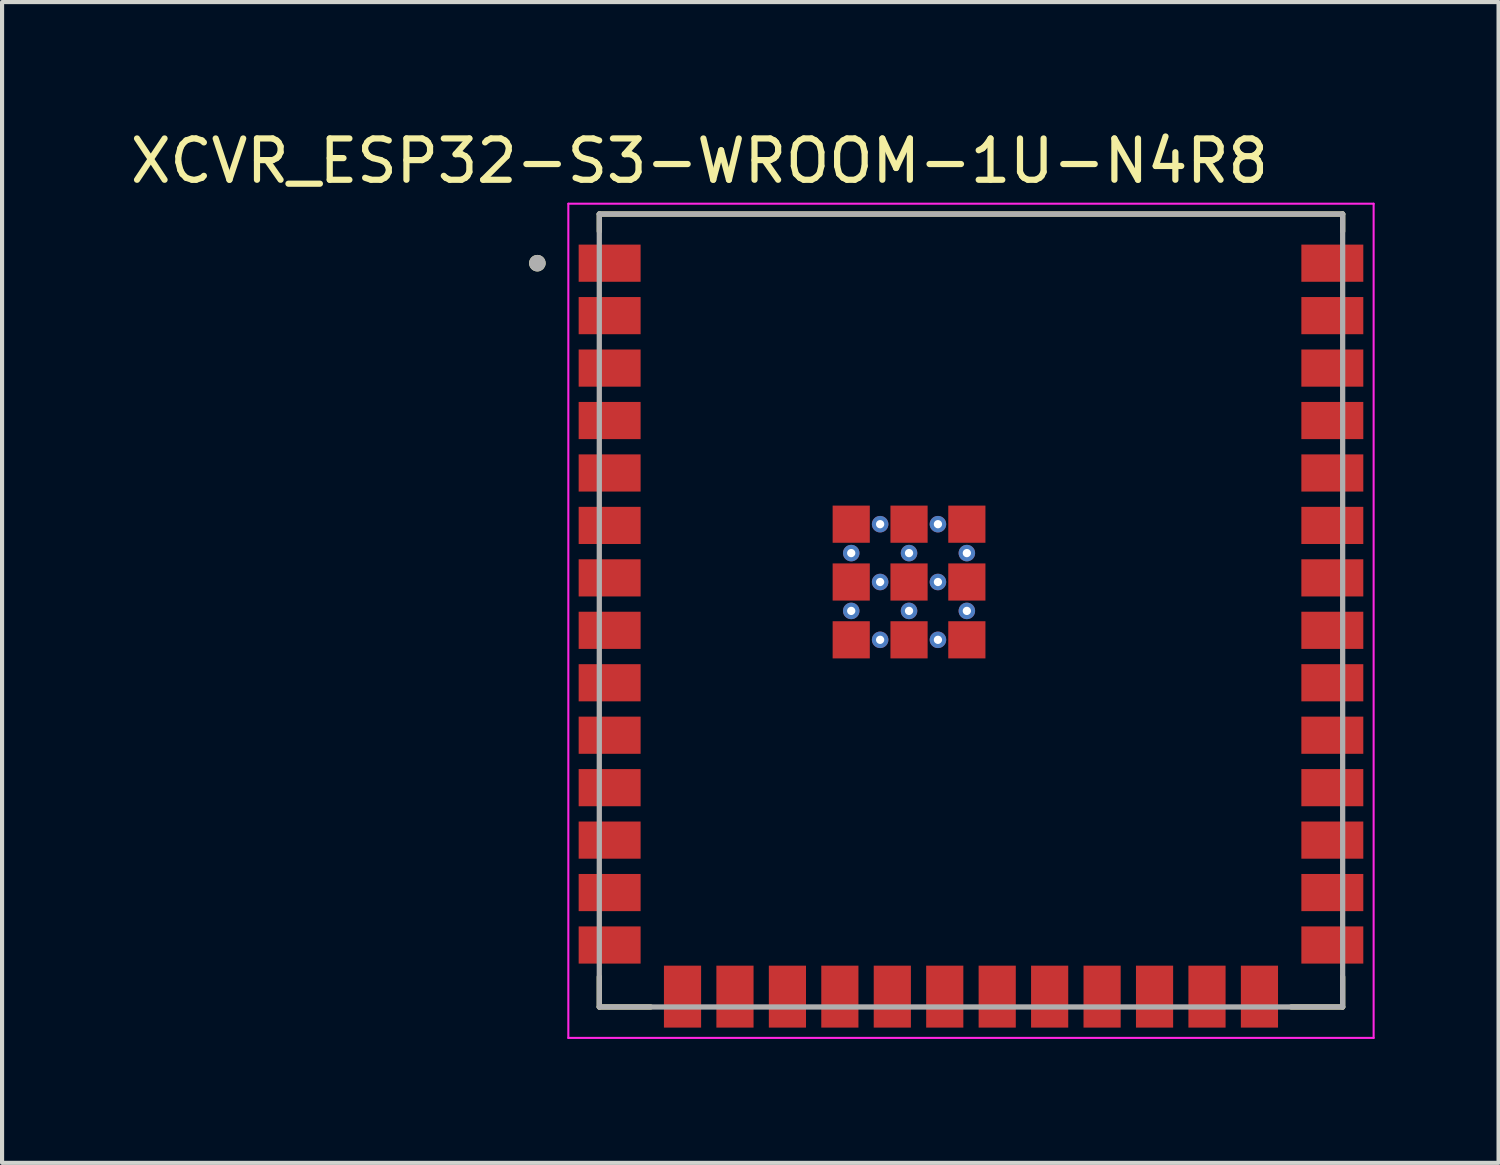
<source format=kicad_pcb>
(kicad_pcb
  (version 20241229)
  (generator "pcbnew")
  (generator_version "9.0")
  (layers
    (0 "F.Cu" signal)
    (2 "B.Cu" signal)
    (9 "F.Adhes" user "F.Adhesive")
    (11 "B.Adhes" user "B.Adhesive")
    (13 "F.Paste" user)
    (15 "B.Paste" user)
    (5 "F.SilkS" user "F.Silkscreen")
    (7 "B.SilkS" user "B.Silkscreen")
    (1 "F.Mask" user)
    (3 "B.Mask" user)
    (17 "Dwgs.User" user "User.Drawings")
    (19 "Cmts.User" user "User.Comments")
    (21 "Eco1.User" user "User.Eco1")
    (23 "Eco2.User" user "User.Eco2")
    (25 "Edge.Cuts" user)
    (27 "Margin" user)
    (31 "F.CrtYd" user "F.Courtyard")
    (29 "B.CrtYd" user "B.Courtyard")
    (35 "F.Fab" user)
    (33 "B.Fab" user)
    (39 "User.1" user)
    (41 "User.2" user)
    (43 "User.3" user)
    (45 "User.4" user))
  (footprint "XCVR_ESP32-S3-WROOM-1U-N4R8"
    (layer "F.Cu")
    (at 20.462 11.733)
    (property "Reference" "XCVR_ESP32-S3-WROOM-1U-N4R8" (at -6.575 -10.885 0) (layer "F.SilkS") (effects (font (size 1 1) (thickness 0.15))))
    (attr smd)
    (fp_line (start -9 -9.6) (end 9 -9.6) (stroke (width 0.127) (type solid)) (layer "F.SilkS"))
    (fp_line (start -9 -9.18) (end -9 -9.6) (stroke (width 0.127) (type solid)) (layer "F.SilkS"))
    (fp_line (start -9 9.6) (end -9 8.87) (stroke (width 0.127) (type solid)) (layer "F.SilkS"))
    (fp_line (start -7.755 9.6) (end -9 9.6) (stroke (width 0.127) (type solid)) (layer "F.SilkS"))
    (fp_line (start 9 -9.6) (end 9 -9.18) (stroke (width 0.127) (type solid)) (layer "F.SilkS"))
    (fp_line (start 9 9.6) (end 7.755 9.6) (stroke (width 0.127) (type solid)) (layer "F.SilkS"))
    (fp_line (start 9 9.6) (end 9 8.87) (stroke (width 0.127) (type solid)) (layer "F.SilkS"))
    (fp_circle (center -10.5 -8.41) (end -10.4 -8.41) (stroke (width 0.2) (type solid)) (fill no) (layer "F.SilkS"))
    (fp_line (start -9.75 -9.85) (end -9.75 10.35) (stroke (width 0.05) (type solid)) (layer "F.CrtYd"))
    (fp_line (start -9.75 10.35) (end 9.75 10.35) (stroke (width 0.05) (type solid)) (layer "F.CrtYd"))
    (fp_line (start 9.75 -9.85) (end -9.75 -9.85) (stroke (width 0.05) (type solid)) (layer "F.CrtYd"))
    (fp_line (start 9.75 10.35) (end 9.75 -9.85) (stroke (width 0.05) (type solid)) (layer "F.CrtYd"))
    (fp_line (start -9 -9.6) (end 9 -9.6) (stroke (width 0.127) (type solid)) (layer "F.Fab"))
    (fp_line (start -9 9.6) (end -9 -9.6) (stroke (width 0.127) (type solid)) (layer "F.Fab"))
    (fp_line (start 9 -9.6) (end 9 9.6) (stroke (width 0.127) (type solid)) (layer "F.Fab"))
    (fp_line (start 9 9.6) (end -9 9.6) (stroke (width 0.127) (type solid)) (layer "F.Fab"))
    (fp_circle (center -10.5 -8.41) (end -10.4 -8.41) (stroke (width 0.2) (type solid)) (fill no) (layer "F.Fab"))
    (pad "1" smd rect (at -8.75 -8.41) (size 1.5 0.9) (layers "F.Cu" "F.Mask" "F.Paste"))
    (pad "2" smd rect (at -8.75 -7.14) (size 1.5 0.9) (layers "F.Cu" "F.Mask" "F.Paste"))
    (pad "3" smd rect (at -8.75 -5.87) (size 1.5 0.9) (layers "F.Cu" "F.Mask" "F.Paste"))
    (pad "4" smd rect (at -8.75 -4.6) (size 1.5 0.9) (layers "F.Cu" "F.Mask" "F.Paste"))
    (pad "5" smd rect (at -8.75 -3.33) (size 1.5 0.9) (layers "F.Cu" "F.Mask" "F.Paste"))
    (pad "6" smd rect (at -8.75 -2.06) (size 1.5 0.9) (layers "F.Cu" "F.Mask" "F.Paste"))
    (pad "7" smd rect (at -8.75 -0.79) (size 1.5 0.9) (layers "F.Cu" "F.Mask" "F.Paste"))
    (pad "8" smd rect (at -8.75 0.48) (size 1.5 0.9) (layers "F.Cu" "F.Mask" "F.Paste"))
    (pad "9" smd rect (at -8.75 1.75) (size 1.5 0.9) (layers "F.Cu" "F.Mask" "F.Paste"))
    (pad "10" smd rect (at -8.75 3.02) (size 1.5 0.9) (layers "F.Cu" "F.Mask" "F.Paste"))
    (pad "11" smd rect (at -8.75 4.29) (size 1.5 0.9) (layers "F.Cu" "F.Mask" "F.Paste"))
    (pad "12" smd rect (at -8.75 5.56) (size 1.5 0.9) (layers "F.Cu" "F.Mask" "F.Paste"))
    (pad "13" smd rect (at -8.75 6.83) (size 1.5 0.9) (layers "F.Cu" "F.Mask" "F.Paste"))
    (pad "14" smd rect (at -8.75 8.1) (size 1.5 0.9) (layers "F.Cu" "F.Mask" "F.Paste"))
    (pad "15" smd rect (at -6.985 9.35) (size 0.9 1.5) (layers "F.Cu" "F.Mask" "F.Paste"))
    (pad "16" smd rect (at -5.715 9.35) (size 0.9 1.5) (layers "F.Cu" "F.Mask" "F.Paste"))
    (pad "17" smd rect (at -4.445 9.35) (size 0.9 1.5) (layers "F.Cu" "F.Mask" "F.Paste"))
    (pad "18" smd rect (at -3.175 9.35) (size 0.9 1.5) (layers "F.Cu" "F.Mask" "F.Paste"))
    (pad "19" smd rect (at -1.905 9.35) (size 0.9 1.5) (layers "F.Cu" "F.Mask" "F.Paste"))
    (pad "20" smd rect (at -0.635 9.35) (size 0.9 1.5) (layers "F.Cu" "F.Mask" "F.Paste"))
    (pad "21" smd rect (at 0.635 9.35) (size 0.9 1.5) (layers "F.Cu" "F.Mask" "F.Paste"))
    (pad "22" smd rect (at 1.905 9.35) (size 0.9 1.5) (layers "F.Cu" "F.Mask" "F.Paste"))
    (pad "23" smd rect (at 3.175 9.35) (size 0.9 1.5) (layers "F.Cu" "F.Mask" "F.Paste"))
    (pad "24" smd rect (at 4.445 9.35) (size 0.9 1.5) (layers "F.Cu" "F.Mask" "F.Paste"))
    (pad "25" smd rect (at 5.715 9.35) (size 0.9 1.5) (layers "F.Cu" "F.Mask" "F.Paste"))
    (pad "26" smd rect (at 6.985 9.35) (size 0.9 1.5) (layers "F.Cu" "F.Mask" "F.Paste"))
    (pad "27" smd rect (at 8.75 8.1) (size 1.5 0.9) (layers "F.Cu" "F.Mask" "F.Paste"))
    (pad "28" smd rect (at 8.75 6.83) (size 1.5 0.9) (layers "F.Cu" "F.Mask" "F.Paste"))
    (pad "29" smd rect (at 8.75 5.56) (size 1.5 0.9) (layers "F.Cu" "F.Mask" "F.Paste"))
    (pad "30" smd rect (at 8.75 4.29) (size 1.5 0.9) (layers "F.Cu" "F.Mask" "F.Paste"))
    (pad "31" smd rect (at 8.75 3.02) (size 1.5 0.9) (layers "F.Cu" "F.Mask" "F.Paste"))
    (pad "32" smd rect (at 8.75 1.75) (size 1.5 0.9) (layers "F.Cu" "F.Mask" "F.Paste"))
    (pad "33" smd rect (at 8.75 0.48) (size 1.5 0.9) (layers "F.Cu" "F.Mask" "F.Paste"))
    (pad "34" smd rect (at 8.75 -0.79) (size 1.5 0.9) (layers "F.Cu" "F.Mask" "F.Paste"))
    (pad "35" smd rect (at 8.75 -2.06) (size 1.5 0.9) (layers "F.Cu" "F.Mask" "F.Paste"))
    (pad "36" smd rect (at 8.75 -3.33) (size 1.5 0.9) (layers "F.Cu" "F.Mask" "F.Paste"))
    (pad "37" smd rect (at 8.75 -4.6) (size 1.5 0.9) (layers "F.Cu" "F.Mask" "F.Paste"))
    (pad "38" smd rect (at 8.75 -5.87) (size 1.5 0.9) (layers "F.Cu" "F.Mask" "F.Paste"))
    (pad "39" smd rect (at 8.75 -7.14) (size 1.5 0.9) (layers "F.Cu" "F.Mask" "F.Paste"))
    (pad "40" smd rect (at 8.75 -8.41) (size 1.5 0.9) (layers "F.Cu" "F.Mask" "F.Paste"))
    (pad "41_1" smd rect (at -2.9 -2.09) (size 0.9 0.9) (layers "F.Cu" "F.Mask" "F.Paste"))
    (pad "41_2" smd rect (at -1.5 -2.09) (size 0.9 0.9) (layers "F.Cu" "F.Mask" "F.Paste"))
    (pad "41_3" smd rect (at -0.1 -2.09) (size 0.9 0.9) (layers "F.Cu" "F.Mask" "F.Paste"))
    (pad "41_4" smd rect (at -2.9 -0.69) (size 0.9 0.9) (layers "F.Cu" "F.Mask" "F.Paste"))
    (pad "41_5" smd rect (at -1.5 -0.69) (size 0.9 0.9) (layers "F.Cu" "F.Mask" "F.Paste"))
    (pad "41_6" smd rect (at -0.1 -0.69) (size 0.9 0.9) (layers "F.Cu" "F.Mask" "F.Paste"))
    (pad "41_7" smd rect (at -2.9 0.71) (size 0.9 0.9) (layers "F.Cu" "F.Mask" "F.Paste"))
    (pad "41_8" smd rect (at -1.5 0.71) (size 0.9 0.9) (layers "F.Cu" "F.Mask" "F.Paste"))
    (pad "41_9" smd rect (at -0.1 0.71) (size 0.9 0.9) (layers "F.Cu" "F.Mask" "F.Paste"))
    (pad "41_10" thru_hole circle (at -2.2 -2.09) (size 0.4 0.4) (drill 0.2) (layers "*.Cu"))
    (pad "41_11" thru_hole circle (at -0.8 -2.09) (size 0.4 0.4) (drill 0.2) (layers "*.Cu"))
    (pad "41_12" thru_hole circle (at -2.9 -1.39) (size 0.4 0.4) (drill 0.2) (layers "*.Cu"))
    (pad "41_13" thru_hole circle (at -1.5 -1.39) (size 0.4 0.4) (drill 0.2) (layers "*.Cu"))
    (pad "41_14" thru_hole circle (at -0.1 -1.39) (size 0.4 0.4) (drill 0.2) (layers "*.Cu"))
    (pad "41_15" thru_hole circle (at -2.2 -0.69) (size 0.4 0.4) (drill 0.2) (layers "*.Cu"))
    (pad "41_16" thru_hole circle (at -0.8 -0.69) (size 0.4 0.4) (drill 0.2) (layers "*.Cu"))
    (pad "41_17" thru_hole circle (at -2.9 0.01) (size 0.4 0.4) (drill 0.2) (layers "*.Cu"))
    (pad "41_18" thru_hole circle (at -1.5 0.01) (size 0.4 0.4) (drill 0.2) (layers "*.Cu"))
    (pad "41_19" thru_hole circle (at -0.1 0.01) (size 0.4 0.4) (drill 0.2) (layers "*.Cu"))
    (pad "41_20" thru_hole circle (at -2.2 0.71) (size 0.4 0.4) (drill 0.2) (layers "*.Cu"))
    (pad "41_21" thru_hole circle (at -0.8 0.71) (size 0.4 0.4) (drill 0.2) (layers "*.Cu")))
  (gr_rect
    (start -3 -3)
    (end 33.237 25.108)
    (stroke (width 0.1) (type default))
    (fill no)
    (layer "Edge.Cuts")))
</source>
